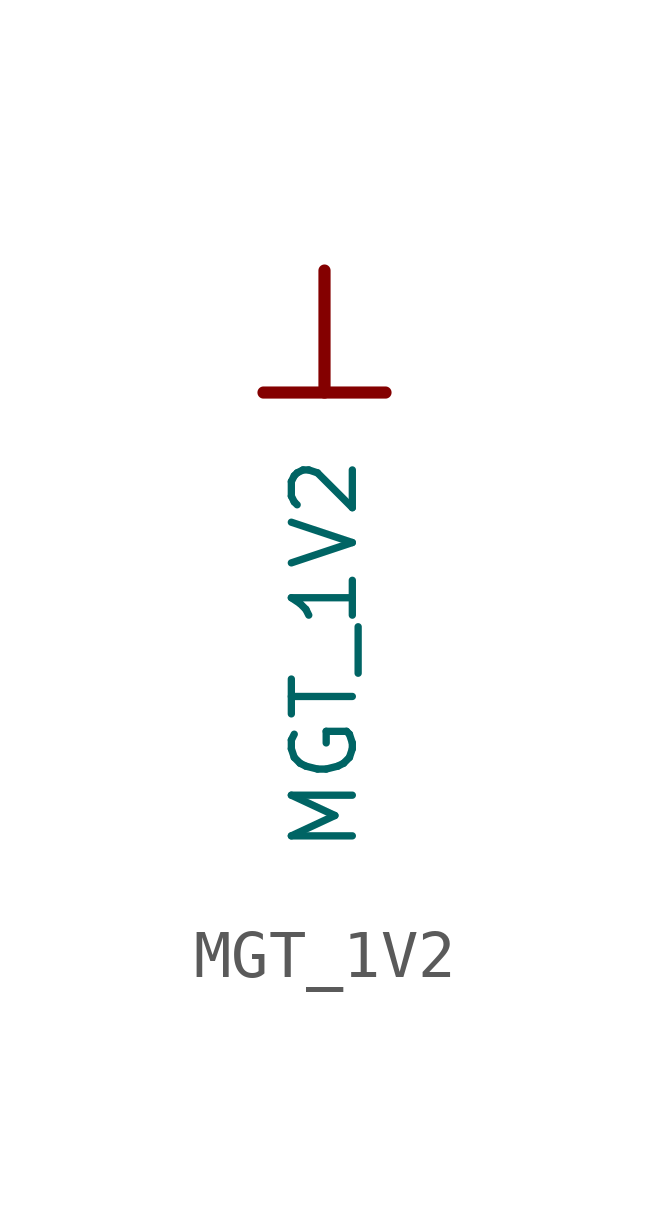
<source format=kicad_sym>
(kicad_symbol_lib
  (version 20231120)
  (generator "kicad_symbol_editor")
  (generator_version "8.0")
  (symbol "MGT_1V2"
    (power)
    (property "Reference" "#PWR0112"
      (at 0 0 0)
      (effects (font (size 1.27 1.27)) (hide yes)))
    (property "Value" "MGT_1V2"
      (at 0 -3.81 90)
      (effects (font (size 1.27 1.27)) (justify right)))
    (symbol "MGT_1V2_0_0"
      (polyline (pts (xy -1.27 -2.54) (xy 1.27 -2.54)) (stroke (width 0.254) (type solid)) (fill (type none)))
      (polyline (pts (xy 0 0) (xy 0 -2.54)) (stroke (width 0.254) (type solid)) (fill (type none)))
      (pin power_in line (at 0 0 0) (length 0) hide (name "MGT_1V2" (effects (font (size 1.27 1.27)))) (number "" (effects (font (size 1.27 1.27))))))))
</source>
